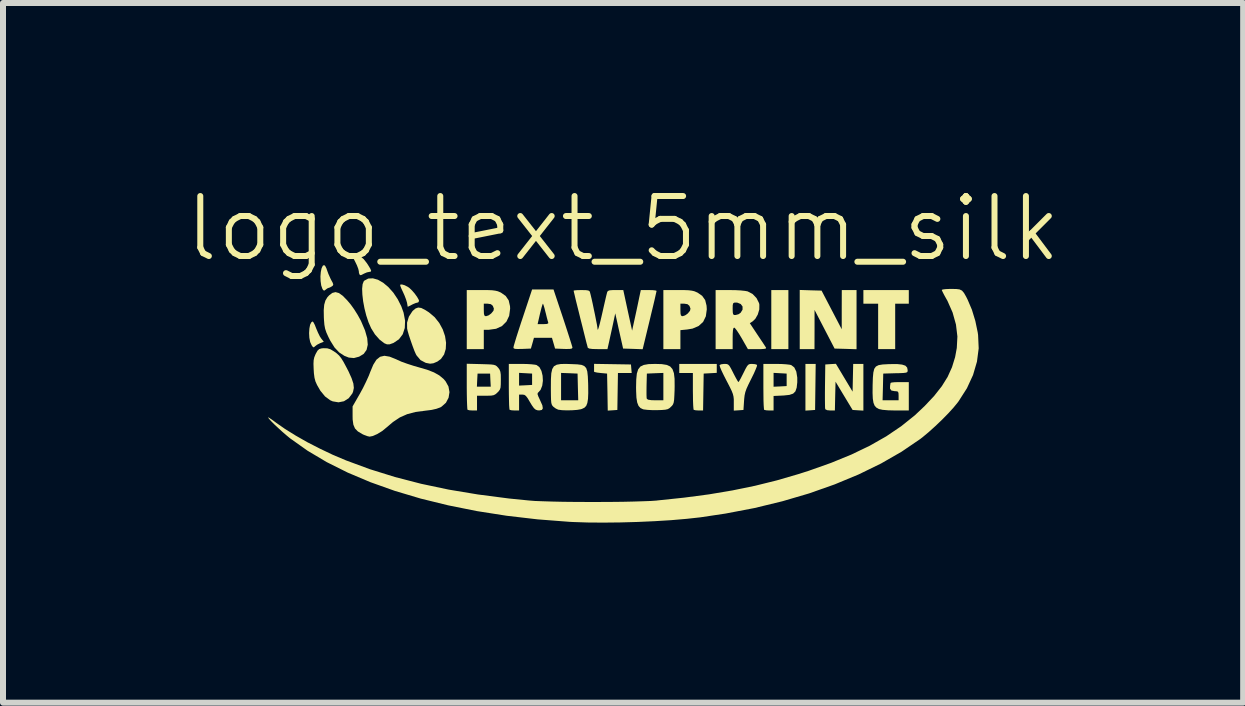
<source format=kicad_pcb>
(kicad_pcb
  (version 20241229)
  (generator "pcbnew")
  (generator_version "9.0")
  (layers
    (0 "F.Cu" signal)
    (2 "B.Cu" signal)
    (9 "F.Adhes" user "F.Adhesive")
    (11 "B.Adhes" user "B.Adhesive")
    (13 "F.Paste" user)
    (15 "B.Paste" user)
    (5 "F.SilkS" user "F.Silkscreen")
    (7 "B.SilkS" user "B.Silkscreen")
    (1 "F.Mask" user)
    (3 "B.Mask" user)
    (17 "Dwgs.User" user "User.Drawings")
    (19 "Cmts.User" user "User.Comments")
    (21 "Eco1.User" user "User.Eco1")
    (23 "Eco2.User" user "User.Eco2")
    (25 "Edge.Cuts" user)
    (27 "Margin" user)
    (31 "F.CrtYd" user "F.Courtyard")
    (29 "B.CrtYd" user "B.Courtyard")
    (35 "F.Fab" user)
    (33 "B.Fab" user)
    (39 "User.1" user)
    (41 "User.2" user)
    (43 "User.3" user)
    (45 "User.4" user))
  (footprint "logo_text_5mm_silk"
    (layer "F.Cu")
    (at 7.336 2.76)
    (property "Reference" "logo_text_5mm_silk" (at 0 -2 0) (unlocked yes) (layer "F.SilkS") (effects (font (size 1 1) (thickness 0.1))))
    (attr smd)
    (fp_poly (pts (xy 2.755 -0.483) (xy 2.755 0.009) (xy 2.612 0.009) (xy 2.47 0.009) (xy 2.47 -0.483) (xy 2.47 -0.975) (xy 2.612 -0.975) (xy 2.755 -0.975)) (stroke (width 0) (type solid)) (fill yes) (layer "F.SilkS"))
    (fp_poly (pts (xy 3.205 0.639) (xy 3.2 1.023) (xy 3.119 1.029) (xy 3.039 1.034) (xy 3.039 0.645) (xy 3.039 0.256) (xy 3.124 0.256) (xy 3.21 0.256)) (stroke (width 0) (type solid)) (fill yes) (layer "F.SilkS"))
    (fp_poly (pts (xy 4.762 -0.862) (xy 4.762 -0.748) (xy 4.649 -0.748) (xy 4.535 -0.748) (xy 4.535 -0.369) (xy 4.535 0.009) (xy 4.393 0.009) (xy 4.251 0.009) (xy 4.251 -0.369) (xy 4.251 -0.748) (xy 4.128 -0.748) (xy 4.005 -0.748) (xy 4.005 -0.862) (xy 4.005 -0.975) (xy 4.383 -0.975) (xy 4.762 -0.975)) (stroke (width 0) (type solid)) (fill yes) (layer "F.SilkS"))
    (fp_poly (pts (xy -0.177 0.26) (xy 0.131 0.265) (xy 0.137 0.336) (xy 0.143 0.407) (xy 0.029 0.407) (xy -0.086 0.407) (xy -0.091 0.715) (xy -0.096 1.023) (xy -0.176 1.029) (xy -0.256 1.034) (xy -0.261 0.726) (xy -0.267 0.417) (xy -0.376 0.407) (xy -0.434 0.4) (xy -0.474 0.391) (xy -0.485 0.384) (xy -0.484 0.356) (xy -0.484 0.312) (xy -0.484 0.255)) (stroke (width 0) (type solid)) (fill yes) (layer "F.SilkS"))
    (fp_poly (pts (xy 3.126 -0.971) (xy 3.308 -0.966) (xy 3.476 -0.644) (xy 3.644 -0.322) (xy 3.644 -0.649) (xy 3.645 -0.975) (xy 3.768 -0.975) (xy 3.891 -0.975) (xy 3.891 -0.482) (xy 3.891 0.011) (xy 3.708 0.005) (xy 3.525 0) (xy 3.358 -0.322) (xy 3.191 -0.644) (xy 3.191 -0.317) (xy 3.19 0.009) (xy 3.067 0.009) (xy 2.944 0.009) (xy 2.944 -0.484) (xy 2.944 -0.977)) (stroke (width 0) (type solid)) (fill yes) (layer "F.SilkS"))
    (fp_poly (pts (xy -5.161 -0.437) (xy -5.139 -0.395) (xy -5.117 -0.339) (xy -5.087 -0.268) (xy -5.055 -0.203) (xy -5.032 -0.168) (xy -4.989 -0.114) (xy -5.052 -0.089) (xy -5.101 -0.064) (xy -5.136 -0.037) (xy -5.138 -0.035) (xy -5.156 -0.019) (xy -5.175 -0.031) (xy -5.192 -0.056) (xy -5.216 -0.11) (xy -5.23 -0.181) (xy -5.234 -0.259) (xy -5.229 -0.334) (xy -5.217 -0.398) (xy -5.195 -0.44) (xy -5.175 -0.452)) (stroke (width 0) (type solid)) (fill yes) (layer "F.SilkS"))
    (fp_poly (pts (xy -3.642 -1.056) (xy -3.589 -1.029) (xy -3.563 -1.011) (xy -3.519 -0.969) (xy -3.473 -0.916) (xy -3.433 -0.86) (xy -3.407 -0.814) (xy -3.401 -0.793) (xy -3.416 -0.769) (xy -3.426 -0.767) (xy -3.457 -0.759) (xy -3.505 -0.739) (xy -3.52 -0.731) (xy -3.59 -0.696) (xy -3.602 -0.765) (xy -3.618 -0.819) (xy -3.645 -0.889) (xy -3.67 -0.944) (xy -3.697 -1.002) (xy -3.714 -1.046) (xy -3.716 -1.065) (xy -3.688 -1.069)) (stroke (width 0) (type solid)) (fill yes) (layer "F.SilkS"))
    (fp_poly (pts (xy 1.561 0.331) (xy 1.561 0.405) (xy 1.452 0.411) (xy 1.343 0.417) (xy 1.338 0.724) (xy 1.333 1.032) (xy 1.261 1.032) (xy 1.211 1.029) (xy 1.179 1.022) (xy 1.176 1.02) (xy 1.172 0.997) (xy 1.168 0.944) (xy 1.165 0.866) (xy 1.164 0.77) (xy 1.163 0.707) (xy 1.163 0.407) (xy 1.05 0.407) (xy 0.936 0.407) (xy 0.936 0.331) (xy 0.936 0.256) (xy 1.249 0.256) (xy 1.561 0.256)) (stroke (width 0) (type solid)) (fill yes) (layer "F.SilkS"))
    (fp_poly (pts (xy -4.965 -1.376) (xy -4.944 -1.334) (xy -4.937 -1.312) (xy -4.912 -1.244) (xy -4.879 -1.17) (xy -4.867 -1.146) (xy -4.84 -1.096) (xy -4.831 -1.067) (xy -4.839 -1.049) (xy -4.853 -1.038) (xy -4.888 -1.018) (xy -4.905 -1.013) (xy -4.932 -1.002) (xy -4.956 -0.983) (xy -4.983 -0.965) (xy -5 -0.976) (xy -5.012 -0.995) (xy -5.032 -1.052) (xy -5.042 -1.124) (xy -5.045 -1.201) (xy -5.039 -1.276) (xy -5.026 -1.338) (xy -5.006 -1.38) (xy -4.984 -1.392)) (stroke (width 0) (type solid)) (fill yes) (layer "F.SilkS"))
    (fp_poly (pts (xy -4.449 -1.572) (xy -4.379 -1.537) (xy -4.324 -1.491) (xy -4.272 -1.425) (xy -4.251 -1.393) (xy -4.215 -1.334) (xy -4.2 -1.299) (xy -4.205 -1.283) (xy -4.23 -1.278) (xy -4.23 -1.278) (xy -4.27 -1.27) (xy -4.317 -1.25) (xy -4.357 -1.229) (xy -4.376 -1.223) (xy -4.387 -1.229) (xy -4.393 -1.234) (xy -4.403 -1.262) (xy -4.405 -1.289) (xy -4.414 -1.328) (xy -4.436 -1.386) (xy -4.462 -1.44) (xy -4.5 -1.515) (xy -4.517 -1.563) (xy -4.514 -1.585) (xy -4.489 -1.586)) (stroke (width 0) (type solid)) (fill yes) (layer "F.SilkS"))
    (fp_poly (pts (xy 3.686 0.486) (xy 3.825 0.718) (xy 3.83 0.487) (xy 3.835 0.256) (xy 3.92 0.256) (xy 4.005 0.256) (xy 4.005 0.645) (xy 4.005 1.034) (xy 3.915 1.029) (xy 3.825 1.023) (xy 3.683 0.788) (xy 3.541 0.552) (xy 3.535 0.792) (xy 3.53 1.032) (xy 3.454 1.032) (xy 3.401 1.027) (xy 3.371 1.012) (xy 3.369 1.008) (xy 3.366 0.982) (xy 3.365 0.925) (xy 3.364 0.842) (xy 3.364 0.741) (xy 3.365 0.627) (xy 3.365 0.624) (xy 3.37 0.265) (xy 3.459 0.259) (xy 3.547 0.254)) (stroke (width 0) (type solid)) (fill yes) (layer "F.SilkS"))
    (fp_poly (pts (xy -3.365 -0.677) (xy -3.301 -0.645) (xy -3.237 -0.604) (xy -3.141 -0.523) (xy -3.064 -0.426) (xy -3.006 -0.319) (xy -2.968 -0.208) (xy -2.951 -0.097) (xy -2.956 0.007) (xy -2.984 0.099) (xy -3.037 0.174) (xy -3.096 0.217) (xy -3.162 0.245) (xy -3.217 0.252) (xy -3.281 0.24) (xy -3.294 0.236) (xy -3.377 0.192) (xy -3.442 0.115) (xy -3.453 0.096) (xy -3.478 0.04) (xy -3.508 -0.04) (xy -3.54 -0.131) (xy -3.57 -0.221) (xy -3.592 -0.297) (xy -3.6 -0.333) (xy -3.601 -0.432) (xy -3.571 -0.532) (xy -3.515 -0.618) (xy -3.504 -0.631) (xy -3.458 -0.669) (xy -3.415 -0.684)) (stroke (width 0) (type solid)) (fill yes) (layer "F.SilkS"))
    (fp_poly (pts (xy -4.086 -1.147) (xy -3.999 -1.097) (xy -3.912 -1.024) (xy -3.83 -0.932) (xy -3.757 -0.823) (xy -3.696 -0.702) (xy -3.659 -0.598) (xy -3.634 -0.464) (xy -3.639 -0.343) (xy -3.673 -0.239) (xy -3.736 -0.155) (xy -3.825 -0.095) (xy -3.832 -0.092) (xy -3.891 -0.071) (xy -3.935 -0.07) (xy -3.979 -0.088) (xy -3.979 -0.088) (xy -4.059 -0.149) (xy -4.136 -0.236) (xy -4.2 -0.339) (xy -4.2 -0.339) (xy -4.244 -0.439) (xy -4.281 -0.551) (xy -4.311 -0.67) (xy -4.333 -0.788) (xy -4.346 -0.9) (xy -4.35 -0.997) (xy -4.342 -1.074) (xy -4.322 -1.124) (xy -4.315 -1.131) (xy -4.248 -1.167) (xy -4.171 -1.171)) (stroke (width 0) (type solid)) (fill yes) (layer "F.SilkS"))
    (fp_poly (pts (xy -4.736 -0.925) (xy -4.672 -0.879) (xy -4.597 -0.802) (xy -4.539 -0.733) (xy -4.483 -0.655) (xy -4.424 -0.561) (xy -4.374 -0.47) (xy -4.368 -0.458) (xy -4.302 -0.303) (xy -4.265 -0.173) (xy -4.256 -0.064) (xy -4.276 0.022) (xy -4.324 0.089) (xy -4.4 0.135) (xy -4.487 0.158) (xy -4.572 0.15) (xy -4.646 0.121) (xy -4.733 0.064) (xy -4.81 -0.018) (xy -4.881 -0.132) (xy -4.913 -0.195) (xy -4.946 -0.268) (xy -4.967 -0.331) (xy -4.979 -0.396) (xy -4.986 -0.48) (xy -4.988 -0.52) (xy -4.99 -0.64) (xy -4.982 -0.731) (xy -4.962 -0.801) (xy -4.928 -0.857) (xy -4.898 -0.889) (xy -4.846 -0.928) (xy -4.793 -0.941)) (stroke (width 0) (type solid)) (fill yes) (layer "F.SilkS"))
    (fp_poly (pts (xy -4.931 -0.004) (xy -4.878 0.012) (xy -4.818 0.048) (xy -4.772 0.081) (xy -4.734 0.116) (xy -4.699 0.16) (xy -4.661 0.221) (xy -4.616 0.305) (xy -4.577 0.38) (xy -4.526 0.493) (xy -4.496 0.583) (xy -4.488 0.656) (xy -4.501 0.719) (xy -4.513 0.748) (xy -4.574 0.828) (xy -4.653 0.878) (xy -4.744 0.896) (xy -4.84 0.88) (xy -4.881 0.862) (xy -4.968 0.798) (xy -5.046 0.703) (xy -5.101 0.608) (xy -5.128 0.548) (xy -5.144 0.487) (xy -5.154 0.41) (xy -5.158 0.341) (xy -5.161 0.254) (xy -5.158 0.194) (xy -5.148 0.147) (xy -5.13 0.102) (xy -5.122 0.085) (xy -5.093 0.034) (xy -5.065 0.008) (xy -5.026 -0.003) (xy -4.992 -0.006)) (stroke (width 0) (type solid)) (fill yes) (layer "F.SilkS"))
    (fp_poly (pts (xy 2.635 0.257) (xy 2.715 0.262) (xy 2.776 0.269) (xy 2.802 0.275) (xy 2.853 0.314) (xy 2.887 0.384) (xy 2.903 0.483) (xy 2.903 0.563) (xy 2.893 0.652) (xy 2.872 0.713) (xy 2.834 0.751) (xy 2.772 0.772) (xy 2.679 0.782) (xy 2.659 0.783) (xy 2.508 0.79) (xy 2.508 0.911) (xy 2.508 1.032) (xy 2.436 1.032) (xy 2.386 1.029) (xy 2.354 1.022) (xy 2.35 1.02) (xy 2.347 0.998) (xy 2.343 0.944) (xy 2.34 0.864) (xy 2.339 0.764) (xy 2.338 0.65) (xy 2.338 0.631) (xy 2.338 0.521) (xy 2.508 0.521) (xy 2.508 0.636) (xy 2.617 0.631) (xy 2.726 0.625) (xy 2.726 0.521) (xy 2.726 0.417) (xy 2.617 0.411) (xy 2.508 0.405) (xy 2.508 0.521) (xy 2.338 0.521) (xy 2.338 0.256) (xy 2.545 0.256)) (stroke (width 0) (type solid)) (fill yes) (layer "F.SilkS"))
    (fp_poly (pts (xy 1.017 -0.975) (xy 1.092 -0.972) (xy 1.147 -0.965) (xy 1.189 -0.955) (xy 1.228 -0.938) (xy 1.24 -0.933) (xy 1.318 -0.879) (xy 1.368 -0.808) (xy 1.391 -0.715) (xy 1.395 -0.654) (xy 1.379 -0.538) (xy 1.334 -0.445) (xy 1.26 -0.377) (xy 1.158 -0.333) (xy 1.068 -0.318) (xy 0.955 -0.307) (xy 0.955 -0.149) (xy 0.955 0.009) (xy 0.813 0.009) (xy 0.671 0.009) (xy 0.671 -0.483) (xy 0.671 -0.644) (xy 0.955 -0.644) (xy 0.957 -0.584) (xy 0.964 -0.553) (xy 0.98 -0.541) (xy 0.994 -0.54) (xy 1.033 -0.553) (xy 1.077 -0.584) (xy 1.079 -0.586) (xy 1.115 -0.63) (xy 1.123 -0.666) (xy 1.106 -0.711) (xy 1.106 -0.712) (xy 1.073 -0.74) (xy 1.021 -0.748) (xy 0.955 -0.748) (xy 0.955 -0.644) (xy 0.671 -0.644) (xy 0.671 -0.975) (xy 0.913 -0.975)) (stroke (width 0) (type solid)) (fill yes) (layer "F.SilkS"))
    (fp_poly (pts (xy -2.259 -0.975) (xy -2.184 -0.972) (xy -2.13 -0.965) (xy -2.088 -0.955) (xy -2.048 -0.938) (xy -2.037 -0.933) (xy -1.957 -0.877) (xy -1.907 -0.803) (xy -1.885 -0.706) (xy -1.883 -0.665) (xy -1.899 -0.546) (xy -1.945 -0.449) (xy -2.019 -0.376) (xy -2.117 -0.33) (xy -2.239 -0.313) (xy -2.249 -0.313) (xy -2.322 -0.313) (xy -2.322 -0.152) (xy -2.322 0.009) (xy -2.464 0.009) (xy -2.606 0.009) (xy -2.606 -0.483) (xy -2.606 -0.644) (xy -2.322 -0.644) (xy -2.32 -0.584) (xy -2.313 -0.553) (xy -2.297 -0.541) (xy -2.283 -0.54) (xy -2.243 -0.553) (xy -2.2 -0.584) (xy -2.198 -0.586) (xy -2.161 -0.63) (xy -2.154 -0.666) (xy -2.171 -0.711) (xy -2.171 -0.712) (xy -2.204 -0.74) (xy -2.256 -0.748) (xy -2.322 -0.748) (xy -2.322 -0.644) (xy -2.606 -0.644) (xy -2.606 -0.975) (xy -2.364 -0.975)) (stroke (width 0) (type solid)) (fill yes) (layer "F.SilkS"))
    (fp_poly (pts (xy -3.891 0.135) (xy -3.784 0.178) (xy -3.765 0.187) (xy -3.694 0.219) (xy -3.599 0.253) (xy -3.494 0.287) (xy -3.411 0.311) (xy -3.266 0.353) (xy -3.153 0.397) (xy -3.064 0.447) (xy -2.994 0.505) (xy -2.96 0.544) (xy -2.911 0.632) (xy -2.894 0.726) (xy -2.909 0.819) (xy -2.953 0.903) (xy -3.026 0.968) (xy -3.048 0.981) (xy -3.115 1.005) (xy -3.211 1.025) (xy -3.293 1.035) (xy -3.459 1.057) (xy -3.598 1.093) (xy -3.72 1.147) (xy -3.836 1.224) (xy -3.937 1.31) (xy -4.015 1.374) (xy -4.098 1.425) (xy -4.175 1.458) (xy -4.226 1.468) (xy -4.265 1.459) (xy -4.321 1.438) (xy -4.348 1.425) (xy -4.421 1.381) (xy -4.469 1.332) (xy -4.496 1.269) (xy -4.508 1.183) (xy -4.509 1.12) (xy -4.509 0.964) (xy -4.39 0.757) (xy -4.336 0.658) (xy -4.284 0.552) (xy -4.239 0.453) (xy -4.214 0.388) (xy -4.164 0.269) (xy -4.112 0.186) (xy -4.051 0.137) (xy -3.979 0.12)) (stroke (width 0) (type solid)) (fill yes) (layer "F.SilkS"))
    (fp_poly (pts (xy -2.367 0.259) (xy -2.268 0.262) (xy -2.2 0.265) (xy -2.155 0.271) (xy -2.125 0.281) (xy -2.104 0.296) (xy -2.084 0.318) (xy -2.083 0.318) (xy -2.06 0.35) (xy -2.046 0.386) (xy -2.039 0.435) (xy -2.038 0.51) (xy -2.038 0.523) (xy -2.039 0.601) (xy -2.043 0.651) (xy -2.055 0.685) (xy -2.076 0.714) (xy -2.093 0.731) (xy -2.124 0.759) (xy -2.155 0.776) (xy -2.197 0.784) (xy -2.262 0.786) (xy -2.292 0.786) (xy -2.435 0.786) (xy -2.435 0.909) (xy -2.435 1.032) (xy -2.508 1.032) (xy -2.558 1.029) (xy -2.59 1.022) (xy -2.593 1.02) (xy -2.597 0.998) (xy -2.6 0.944) (xy -2.603 0.864) (xy -2.605 0.764) (xy -2.606 0.65) (xy -2.606 0.635) (xy -2.437 0.635) (xy -2.322 0.635) (xy -2.206 0.635) (xy -2.212 0.526) (xy -2.217 0.417) (xy -2.322 0.417) (xy -2.426 0.417) (xy -2.432 0.526) (xy -2.437 0.635) (xy -2.606 0.635) (xy -2.606 0.63) (xy -2.606 0.253)) (stroke (width 0) (type solid)) (fill yes) (layer "F.SilkS"))
    (fp_poly (pts (xy -0.855 0.259) (xy -0.762 0.263) (xy -0.693 0.272) (xy -0.646 0.292) (xy -0.615 0.326) (xy -0.597 0.382) (xy -0.588 0.463) (xy -0.583 0.575) (xy -0.582 0.614) (xy -0.581 0.743) (xy -0.585 0.838) (xy -0.596 0.907) (xy -0.615 0.955) (xy -0.645 0.986) (xy -0.687 1.006) (xy -0.707 1.012) (xy -0.765 1.022) (xy -0.847 1.028) (xy -0.936 1.03) (xy -1.018 1.027) (xy -1.078 1.019) (xy -1.081 1.019) (xy -1.123 0.999) (xy -1.162 0.97) (xy -1.178 0.953) (xy -1.189 0.933) (xy -1.197 0.904) (xy -1.201 0.858) (xy -1.203 0.79) (xy -1.204 0.693) (xy -1.204 0.641) (xy -1.204 0.634) (xy -1.034 0.634) (xy -1.034 0.862) (xy -0.891 0.862) (xy -0.748 0.862) (xy -0.754 0.639) (xy -0.759 0.417) (xy -0.896 0.411) (xy -1.034 0.406) (xy -1.034 0.634) (xy -1.204 0.634) (xy -1.203 0.509) (xy -1.197 0.411) (xy -1.181 0.341) (xy -1.153 0.295) (xy -1.106 0.269) (xy -1.037 0.257) (xy -0.943 0.256)) (stroke (width 0) (type solid)) (fill yes) (layer "F.SilkS"))
    (fp_poly (pts (xy -1.002 -0.512) (xy -0.96 -0.384) (xy -0.922 -0.267) (xy -0.89 -0.167) (xy -0.865 -0.088) (xy -0.849 -0.035) (xy -0.844 -0.014) (xy -0.854 -0.001) (xy -0.888 0.006) (xy -0.951 0.007) (xy -0.989 0.006) (xy -1.134 0) (xy -1.16 -0.09) (xy -1.186 -0.18) (xy -1.336 -0.18) (xy -1.486 -0.18) (xy -1.511 -0.09) (xy -1.537 0) (xy -1.683 0.006) (xy -1.757 0.007) (xy -1.801 0.005) (xy -1.822 -0.003) (xy -1.828 -0.017) (xy -1.827 -0.023) (xy -1.821 -0.05) (xy -1.804 -0.107) (xy -1.779 -0.19) (xy -1.746 -0.293) (xy -1.709 -0.407) (xy -1.425 -0.407) (xy -1.332 -0.407) (xy -1.275 -0.41) (xy -1.249 -0.419) (xy -1.248 -0.434) (xy -1.257 -0.464) (xy -1.272 -0.52) (xy -1.289 -0.59) (xy -1.293 -0.604) (xy -1.31 -0.672) (xy -1.325 -0.722) (xy -1.335 -0.747) (xy -1.337 -0.748) (xy -1.345 -0.731) (xy -1.359 -0.685) (xy -1.376 -0.618) (xy -1.386 -0.578) (xy -1.425 -0.407) (xy -1.709 -0.407) (xy -1.708 -0.411) (xy -1.671 -0.521) (xy -1.517 -0.985) (xy -1.338 -0.985) (xy -1.16 -0.985)) (stroke (width 0) (type solid)) (fill yes) (layer "F.SilkS"))
    (fp_poly (pts (xy 0.644 0.259) (xy 0.725 0.272) (xy 0.784 0.298) (xy 0.823 0.343) (xy 0.847 0.41) (xy 0.858 0.504) (xy 0.859 0.629) (xy 0.858 0.695) (xy 0.854 0.791) (xy 0.85 0.856) (xy 0.843 0.9) (xy 0.832 0.93) (xy 0.815 0.954) (xy 0.799 0.969) (xy 0.772 0.994) (xy 0.743 1.01) (xy 0.703 1.019) (xy 0.643 1.024) (xy 0.572 1.026) (xy 0.486 1.026) (xy 0.407 1.022) (xy 0.348 1.015) (xy 0.333 1.012) (xy 0.289 0.991) (xy 0.257 0.955) (xy 0.235 0.899) (xy 0.222 0.818) (xy 0.217 0.707) (xy 0.217 0.699) (xy 0.39 0.699) (xy 0.39 0.771) (xy 0.392 0.82) (xy 0.395 0.837) (xy 0.417 0.852) (xy 0.47 0.86) (xy 0.538 0.862) (xy 0.671 0.862) (xy 0.671 0.634) (xy 0.671 0.406) (xy 0.534 0.411) (xy 0.396 0.417) (xy 0.391 0.614) (xy 0.39 0.699) (xy 0.217 0.699) (xy 0.216 0.647) (xy 0.219 0.516) (xy 0.229 0.417) (xy 0.251 0.347) (xy 0.288 0.3) (xy 0.344 0.273) (xy 0.423 0.259) (xy 0.529 0.256) (xy 0.538 0.256)) (stroke (width 0) (type solid)) (fill yes) (layer "F.SilkS"))
    (fp_poly (pts (xy 2.2 0.26) (xy 2.231 0.271) (xy 2.233 0.274) (xy 2.229 0.297) (xy 2.21 0.346) (xy 2.18 0.415) (xy 2.14 0.496) (xy 2.135 0.506) (xy 2.089 0.599) (xy 2.057 0.669) (xy 2.037 0.726) (xy 2.025 0.781) (xy 2.018 0.842) (xy 2.016 0.871) (xy 2.006 1.023) (xy 1.926 1.029) (xy 1.845 1.034) (xy 1.845 0.9) (xy 1.845 0.845) (xy 1.84 0.799) (xy 1.829 0.755) (xy 1.809 0.704) (xy 1.777 0.638) (xy 1.731 0.549) (xy 1.721 0.53) (xy 1.677 0.444) (xy 1.641 0.369) (xy 1.617 0.312) (xy 1.608 0.279) (xy 1.608 0.275) (xy 1.634 0.262) (xy 1.68 0.256) (xy 1.691 0.256) (xy 1.725 0.257) (xy 1.75 0.266) (xy 1.772 0.288) (xy 1.798 0.332) (xy 1.834 0.402) (xy 1.836 0.407) (xy 1.871 0.474) (xy 1.9 0.526) (xy 1.918 0.555) (xy 1.922 0.558) (xy 1.934 0.543) (xy 1.959 0.5) (xy 1.99 0.439) (xy 2.006 0.407) (xy 2.042 0.335) (xy 2.068 0.29) (xy 2.09 0.267) (xy 2.114 0.257) (xy 2.148 0.256) (xy 2.151 0.256)) (stroke (width 0) (type solid)) (fill yes) (layer "F.SilkS"))
    (fp_poly (pts (xy 4.65 0.267) (xy 4.705 0.285) (xy 4.734 0.316) (xy 4.743 0.359) (xy 4.743 0.36) (xy 4.742 0.38) (xy 4.734 0.394) (xy 4.712 0.402) (xy 4.67 0.407) (xy 4.6 0.41) (xy 4.54 0.411) (xy 4.336 0.417) (xy 4.331 0.639) (xy 4.325 0.862) (xy 4.459 0.862) (xy 4.592 0.862) (xy 4.592 0.786) (xy 4.59 0.738) (xy 4.577 0.716) (xy 4.546 0.71) (xy 4.528 0.71) (xy 4.473 0.7) (xy 4.449 0.668) (xy 4.45 0.622) (xy 4.456 0.585) (xy 4.458 0.573) (xy 4.476 0.566) (xy 4.523 0.561) (xy 4.59 0.559) (xy 4.611 0.559) (xy 4.762 0.559) (xy 4.762 0.796) (xy 4.762 1.032) (xy 4.54 1.032) (xy 4.418 1.029) (xy 4.325 1.021) (xy 4.265 1.008) (xy 4.259 1.005) (xy 4.22 0.983) (xy 4.192 0.951) (xy 4.173 0.903) (xy 4.162 0.835) (xy 4.158 0.74) (xy 4.159 0.613) (xy 4.159 0.609) (xy 4.163 0.487) (xy 4.171 0.399) (xy 4.186 0.338) (xy 4.214 0.299) (xy 4.259 0.276) (xy 4.326 0.265) (xy 4.418 0.26) (xy 4.451 0.259) (xy 4.567 0.258)) (stroke (width 0) (type solid)) (fill yes) (layer "F.SilkS"))
    (fp_poly (pts (xy -1.608 0.257) (xy -1.527 0.262) (xy -1.467 0.269) (xy -1.441 0.275) (xy -1.394 0.311) (xy -1.361 0.373) (xy -1.342 0.452) (xy -1.337 0.537) (xy -1.348 0.618) (xy -1.375 0.687) (xy -1.408 0.725) (xy -1.423 0.74) (xy -1.426 0.761) (xy -1.414 0.796) (xy -1.387 0.854) (xy -1.38 0.87) (xy -1.346 0.946) (xy -1.338 0.996) (xy -1.354 1.023) (xy -1.397 1.031) (xy -1.425 1.029) (xy -1.456 1.019) (xy -1.486 0.994) (xy -1.521 0.945) (xy -1.551 0.895) (xy -1.59 0.829) (xy -1.619 0.791) (xy -1.645 0.772) (xy -1.675 0.767) (xy -1.679 0.767) (xy -1.734 0.767) (xy -1.734 0.9) (xy -1.734 1.032) (xy -1.807 1.032) (xy -1.857 1.029) (xy -1.889 1.022) (xy -1.892 1.02) (xy -1.896 0.998) (xy -1.9 0.944) (xy -1.902 0.864) (xy -1.904 0.764) (xy -1.905 0.65) (xy -1.905 0.631) (xy -1.905 0.511) (xy -1.734 0.511) (xy -1.734 0.617) (xy -1.626 0.612) (xy -1.517 0.606) (xy -1.517 0.511) (xy -1.517 0.417) (xy -1.626 0.411) (xy -1.734 0.405) (xy -1.734 0.511) (xy -1.905 0.511) (xy -1.905 0.256) (xy -1.698 0.256)) (stroke (width 0) (type solid)) (fill yes) (layer "F.SilkS"))
    (fp_poly (pts (xy 1.87 -0.974) (xy 1.96 -0.969) (xy 2.034 -0.961) (xy 2.076 -0.953) (xy 2.158 -0.91) (xy 2.224 -0.841) (xy 2.266 -0.757) (xy 2.271 -0.732) (xy 2.27 -0.652) (xy 2.245 -0.568) (xy 2.203 -0.495) (xy 2.16 -0.454) (xy 2.112 -0.423) (xy 2.24 -0.23) (xy 2.291 -0.154) (xy 2.335 -0.088) (xy 2.367 -0.039) (xy 2.383 -0.014) (xy 2.383 -0.014) (xy 2.381 -0.002) (xy 2.355 0.005) (xy 2.3 0.009) (xy 2.238 0.009) (xy 2.08 0.009) (xy 1.978 -0.17) (xy 1.934 -0.243) (xy 1.895 -0.302) (xy 1.865 -0.34) (xy 1.851 -0.35) (xy 1.839 -0.34) (xy 1.831 -0.306) (xy 1.827 -0.244) (xy 1.826 -0.17) (xy 1.826 0.009) (xy 1.684 0.009) (xy 1.542 0.009) (xy 1.542 -0.483) (xy 1.542 -0.663) (xy 1.826 -0.663) (xy 1.828 -0.603) (xy 1.834 -0.572) (xy 1.85 -0.56) (xy 1.874 -0.559) (xy 1.923 -0.572) (xy 1.959 -0.597) (xy 1.991 -0.649) (xy 1.991 -0.701) (xy 1.961 -0.742) (xy 1.906 -0.765) (xy 1.882 -0.767) (xy 1.85 -0.765) (xy 1.834 -0.753) (xy 1.827 -0.722) (xy 1.826 -0.663) (xy 1.542 -0.663) (xy 1.542 -0.975) (xy 1.772 -0.975)) (stroke (width 0) (type solid)) (fill yes) (layer "F.SilkS"))
    (fp_poly (pts (xy 0.076 -0.637) (xy 0.15 -0.299) (xy 0.2 -0.528) (xy 0.222 -0.629) (xy 0.243 -0.728) (xy 0.261 -0.814) (xy 0.272 -0.867) (xy 0.295 -0.975) (xy 0.426 -0.975) (xy 0.491 -0.974) (xy 0.538 -0.969) (xy 0.558 -0.962) (xy 0.558 -0.961) (xy 0.553 -0.94) (xy 0.541 -0.886) (xy 0.523 -0.806) (xy 0.499 -0.705) (xy 0.47 -0.586) (xy 0.442 -0.468) (xy 0.326 0.011) (xy 0.163 0.005) (xy 0 0) (xy -0.032 -0.142) (xy -0.053 -0.236) (xy -0.077 -0.343) (xy -0.097 -0.436) (xy -0.131 -0.587) (xy -0.165 -0.426) (xy -0.186 -0.329) (xy -0.209 -0.225) (xy -0.229 -0.134) (xy -0.23 -0.128) (xy -0.261 0.009) (xy -0.421 0.009) (xy -0.51 0.007) (xy -0.565 -0.000278) (xy -0.588 -0.013) (xy -0.589 -0.014) (xy -0.595 -0.039) (xy -0.61 -0.094) (xy -0.63 -0.173) (xy -0.654 -0.269) (xy -0.681 -0.378) (xy -0.71 -0.492) (xy -0.738 -0.606) (xy -0.765 -0.714) (xy -0.789 -0.81) (xy -0.807 -0.888) (xy -0.82 -0.942) (xy -0.825 -0.965) (xy -0.825 -0.965) (xy -0.808 -0.97) (xy -0.762 -0.974) (xy -0.698 -0.975) (xy -0.694 -0.975) (xy -0.622 -0.974) (xy -0.58 -0.968) (xy -0.559 -0.955) (xy -0.553 -0.942) (xy -0.542 -0.9) (xy -0.526 -0.833) (xy -0.507 -0.748) (xy -0.488 -0.655) (xy -0.468 -0.561) (xy -0.451 -0.474) (xy -0.437 -0.403) (xy -0.429 -0.356) (xy -0.428 -0.343) (xy -0.425 -0.316) (xy -0.418 -0.318) (xy -0.406 -0.352) (xy -0.388 -0.418) (xy -0.364 -0.518) (xy -0.341 -0.618) (xy -0.318 -0.72) (xy -0.297 -0.811) (xy -0.28 -0.884) (xy -0.268 -0.93) (xy -0.265 -0.942) (xy -0.253 -0.96) (xy -0.225 -0.971) (xy -0.172 -0.975) (xy -0.126 -0.975) (xy 0.003 -0.975)) (stroke (width 0) (type solid)) (fill yes) (layer "F.SilkS"))
    (fp_poly (pts (xy 5.552 -0.993) (xy 5.608 -0.986) (xy 5.649 -0.966) (xy 5.682 -0.927) (xy 5.718 -0.864) (xy 5.743 -0.814) (xy 5.814 -0.647) (xy 5.871 -0.46) (xy 5.911 -0.268) (xy 5.917 -0.225) (xy 5.927 -0.004) (xy 5.898 0.218) (xy 5.833 0.44) (xy 5.731 0.661) (xy 5.591 0.88) (xy 5.576 0.9) (xy 5.509 0.982) (xy 5.42 1.08) (xy 5.316 1.186) (xy 5.205 1.292) (xy 5.094 1.392) (xy 4.992 1.477) (xy 4.952 1.508) (xy 4.642 1.719) (xy 4.299 1.916) (xy 3.926 2.098) (xy 3.526 2.264) (xy 3.101 2.414) (xy 2.655 2.545) (xy 2.19 2.658) (xy 1.708 2.75) (xy 1.287 2.813) (xy 1.059 2.838) (xy 0.803 2.86) (xy 0.527 2.877) (xy 0.241 2.89) (xy -0.048 2.898) (xy -0.328 2.901) (xy -0.592 2.899) (xy -0.831 2.891) (xy -0.892 2.888) (xy -1.423 2.847) (xy -1.939 2.787) (xy -2.437 2.709) (xy -2.915 2.613) (xy -3.372 2.501) (xy -3.805 2.372) (xy -4.212 2.227) (xy -4.591 2.067) (xy -4.941 1.892) (xy -5.259 1.703) (xy -5.544 1.501) (xy -5.551 1.496) (xy -5.614 1.444) (xy -5.682 1.385) (xy -5.75 1.323) (xy -5.813 1.264) (xy -5.865 1.212) (xy -5.901 1.172) (xy -5.917 1.149) (xy -5.915 1.146) (xy -5.895 1.157) (xy -5.853 1.185) (xy -5.797 1.226) (xy -5.784 1.236) (xy -5.635 1.34) (xy -5.458 1.45) (xy -5.261 1.562) (xy -5.05 1.67) (xy -4.836 1.772) (xy -4.625 1.861) (xy -4.621 1.863) (xy -4.22 2.011) (xy -3.802 2.141) (xy -3.366 2.254) (xy -2.906 2.351) (xy -2.419 2.432) (xy -1.903 2.499) (xy -1.573 2.532) (xy -1.473 2.54) (xy -1.341 2.545) (xy -1.182 2.55) (xy -1.003 2.554) (xy -0.81 2.556) (xy -0.607 2.557) (xy -0.402 2.557) (xy -0.2 2.556) (xy -0.006 2.554) (xy 0.173 2.55) (xy 0.332 2.545) (xy 0.465 2.54) (xy 0.566 2.533) (xy 0.567 2.532) (xy 1.015 2.485) (xy 1.432 2.43) (xy 1.824 2.364) (xy 2.199 2.287) (xy 2.562 2.197) (xy 2.919 2.093) (xy 3.095 2.037) (xy 3.467 1.905) (xy 3.804 1.767) (xy 4.11 1.62) (xy 4.386 1.463) (xy 4.636 1.294) (xy 4.863 1.112) (xy 5.027 0.957) (xy 5.185 0.789) (xy 5.311 0.629) (xy 5.409 0.472) (xy 5.482 0.311) (xy 5.534 0.142) (xy 5.562 -0.01) (xy 5.572 -0.202) (xy 5.548 -0.401) (xy 5.492 -0.601) (xy 5.406 -0.796) (xy 5.386 -0.831) (xy 5.351 -0.894) (xy 5.325 -0.945) (xy 5.312 -0.975) (xy 5.312 -0.978) (xy 5.329 -0.985) (xy 5.376 -0.991) (xy 5.443 -0.994) (xy 5.47 -0.994)) (stroke (width 0) (type solid)) (fill yes) (layer "F.SilkS")))
  (gr_rect
    (start -3 -3)
    (end 17.671 8.662)
    (stroke (width 0.1) (type default))
    (fill no)
    (layer "Edge.Cuts")))
</source>
